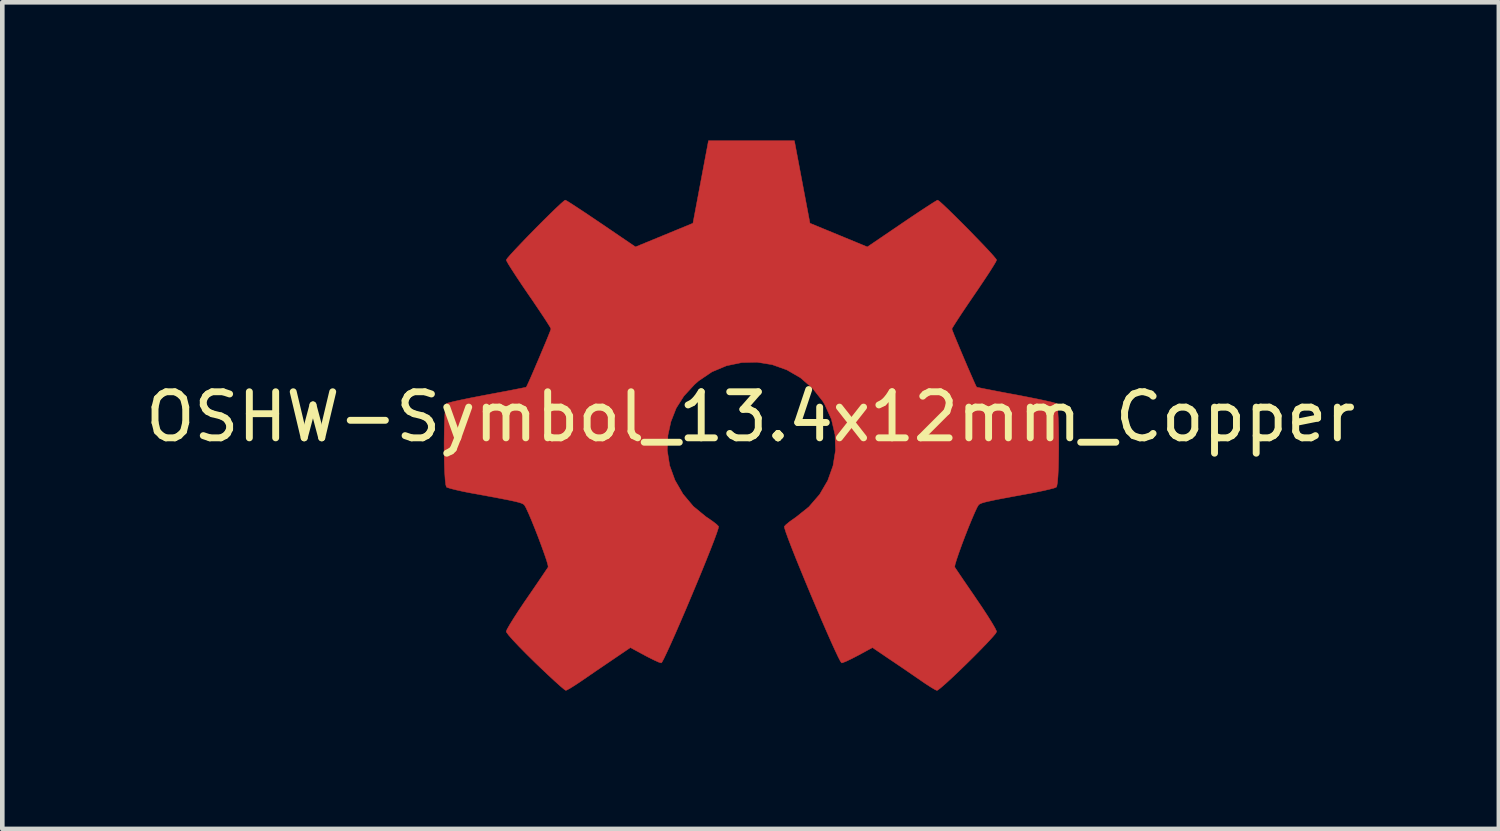
<source format=kicad_pcb>
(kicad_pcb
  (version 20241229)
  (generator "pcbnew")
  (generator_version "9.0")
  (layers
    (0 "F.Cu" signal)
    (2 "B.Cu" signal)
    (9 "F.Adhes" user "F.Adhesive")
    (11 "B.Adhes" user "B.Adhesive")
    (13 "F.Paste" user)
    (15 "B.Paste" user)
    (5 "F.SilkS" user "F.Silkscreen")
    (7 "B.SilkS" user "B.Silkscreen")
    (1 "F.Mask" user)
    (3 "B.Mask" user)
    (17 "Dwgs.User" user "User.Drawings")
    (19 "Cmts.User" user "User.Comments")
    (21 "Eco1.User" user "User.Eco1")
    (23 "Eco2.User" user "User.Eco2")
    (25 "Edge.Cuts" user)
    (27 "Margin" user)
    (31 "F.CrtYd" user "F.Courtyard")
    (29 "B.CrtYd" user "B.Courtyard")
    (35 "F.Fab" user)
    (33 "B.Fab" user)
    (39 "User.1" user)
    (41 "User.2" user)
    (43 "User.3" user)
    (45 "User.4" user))
  (footprint "OSHW-Symbol_13.4x12mm_Copper"
    (layer "F.Cu")
    (at 13.244 6)
    (property "Reference" "OSHW-Symbol_13.4x12mm_Copper" (at 0 0 0) (layer "F.SilkS") (effects (font (size 1 1) (thickness 0.15))))
    (attr exclude_from_pos_files exclude_from_bom)
    (fp_poly (pts (xy 1.12 -5.099) (xy 1.289 -4.204) (xy 1.912 -3.947) (xy 2.535 -3.69) (xy 3.282 -4.198) (xy 3.492 -4.34) (xy 3.681 -4.466) (xy 3.841 -4.571) (xy 3.964 -4.65) (xy 4.04 -4.696) (xy 4.06 -4.706) (xy 4.098 -4.681) (xy 4.177 -4.61) (xy 4.29 -4.503) (xy 4.428 -4.368) (xy 4.581 -4.216) (xy 4.741 -4.055) (xy 4.898 -3.893) (xy 5.045 -3.741) (xy 5.171 -3.607) (xy 5.268 -3.5) (xy 5.327 -3.429) (xy 5.341 -3.406) (xy 5.321 -3.362) (xy 5.264 -3.267) (xy 5.176 -3.128) (xy 5.063 -2.957) (xy 4.932 -2.762) (xy 4.856 -2.651) (xy 4.717 -2.447) (xy 4.594 -2.264) (xy 4.492 -2.109) (xy 4.418 -1.993) (xy 4.376 -1.924) (xy 4.37 -1.909) (xy 4.384 -1.868) (xy 4.422 -1.772) (xy 4.479 -1.634) (xy 4.548 -1.469) (xy 4.624 -1.289) (xy 4.701 -1.108) (xy 4.774 -0.94) (xy 4.836 -0.798) (xy 4.882 -0.696) (xy 4.906 -0.648) (xy 4.907 -0.646) (xy 4.945 -0.637) (xy 5.046 -0.616) (xy 5.2 -0.586) (xy 5.395 -0.548) (xy 5.622 -0.505) (xy 5.755 -0.481) (xy 5.998 -0.434) (xy 6.217 -0.39) (xy 6.402 -0.351) (xy 6.541 -0.319) (xy 6.623 -0.296) (xy 6.639 -0.289) (xy 6.656 -0.24) (xy 6.669 -0.129) (xy 6.679 0.03) (xy 6.686 0.226) (xy 6.689 0.444) (xy 6.69 0.672) (xy 6.687 0.897) (xy 6.682 1.106) (xy 6.673 1.286) (xy 6.662 1.424) (xy 6.647 1.507) (xy 6.638 1.525) (xy 6.586 1.546) (xy 6.474 1.575) (xy 6.318 1.61) (xy 6.133 1.648) (xy 6.069 1.66) (xy 5.757 1.717) (xy 5.511 1.763) (xy 5.322 1.799) (xy 5.183 1.829) (xy 5.084 1.852) (xy 5.018 1.872) (xy 4.978 1.89) (xy 4.953 1.907) (xy 4.95 1.911) (xy 4.916 1.967) (xy 4.865 2.077) (xy 4.801 2.226) (xy 4.729 2.401) (xy 4.655 2.59) (xy 4.584 2.778) (xy 4.521 2.953) (xy 4.471 3.1) (xy 4.439 3.207) (xy 4.431 3.259) (xy 4.432 3.261) (xy 4.46 3.304) (xy 4.524 3.399) (xy 4.616 3.535) (xy 4.732 3.704) (xy 4.862 3.894) (xy 4.899 3.949) (xy 5.032 4.145) (xy 5.149 4.324) (xy 5.243 4.475) (xy 5.309 4.589) (xy 5.34 4.655) (xy 5.341 4.663) (xy 5.316 4.706) (xy 5.244 4.79) (xy 5.136 4.907) (xy 5.001 5.047) (xy 4.848 5.202) (xy 4.685 5.363) (xy 4.524 5.519) (xy 4.371 5.664) (xy 4.238 5.786) (xy 4.132 5.878) (xy 4.064 5.931) (xy 4.045 5.939) (xy 4 5.919) (xy 3.91 5.865) (xy 3.788 5.786) (xy 3.695 5.722) (xy 3.525 5.605) (xy 3.324 5.467) (xy 3.122 5.33) (xy 3.013 5.257) (xy 2.646 5.008) (xy 2.338 5.175) (xy 2.197 5.248) (xy 2.078 5.305) (xy 1.997 5.337) (xy 1.977 5.341) (xy 1.952 5.308) (xy 1.903 5.214) (xy 1.834 5.068) (xy 1.748 4.879) (xy 1.649 4.655) (xy 1.54 4.405) (xy 1.426 4.137) (xy 1.309 3.861) (xy 1.194 3.585) (xy 1.084 3.317) (xy 0.982 3.067) (xy 0.893 2.842) (xy 0.82 2.652) (xy 0.767 2.506) (xy 0.737 2.411) (xy 0.732 2.379) (xy 0.77 2.338) (xy 0.854 2.27) (xy 0.966 2.191) (xy 0.976 2.185) (xy 1.266 1.953) (xy 1.5 1.682) (xy 1.675 1.382) (xy 1.79 1.06) (xy 1.844 0.725) (xy 1.833 0.386) (xy 1.755 0.052) (xy 1.61 -0.269) (xy 1.567 -0.34) (xy 1.344 -0.623) (xy 1.08 -0.851) (xy 0.786 -1.021) (xy 0.469 -1.134) (xy 0.139 -1.187) (xy -0.195 -1.179) (xy -0.523 -1.11) (xy -0.838 -0.978) (xy -1.129 -0.781) (xy -1.219 -0.701) (xy -1.448 -0.452) (xy -1.615 -0.189) (xy -1.73 0.105) (xy -1.794 0.397) (xy -1.809 0.725) (xy -1.757 1.055) (xy -1.641 1.375) (xy -1.468 1.674) (xy -1.243 1.942) (xy -0.971 2.166) (xy -0.935 2.19) (xy -0.822 2.268) (xy -0.736 2.335) (xy -0.694 2.378) (xy -0.694 2.379) (xy -0.703 2.425) (xy -0.738 2.531) (xy -0.795 2.686) (xy -0.872 2.884) (xy -0.964 3.114) (xy -1.067 3.368) (xy -1.179 3.638) (xy -1.295 3.915) (xy -1.411 4.19) (xy -1.525 4.455) (xy -1.632 4.701) (xy -1.729 4.919) (xy -1.812 5.1) (xy -1.877 5.237) (xy -1.921 5.32) (xy -1.939 5.341) (xy -1.994 5.325) (xy -2.096 5.279) (xy -2.228 5.213) (xy -2.3 5.175) (xy -2.609 5.008) (xy -2.976 5.257) (xy -3.163 5.384) (xy -3.369 5.524) (xy -3.561 5.656) (xy -3.657 5.722) (xy -3.793 5.813) (xy -3.907 5.885) (xy -3.986 5.929) (xy -4.012 5.938) (xy -4.049 5.913) (xy -4.132 5.843) (xy -4.252 5.735) (xy -4.401 5.597) (xy -4.572 5.435) (xy -4.68 5.331) (xy -4.868 5.146) (xy -5.031 4.98) (xy -5.162 4.841) (xy -5.254 4.736) (xy -5.301 4.671) (xy -5.305 4.658) (xy -5.284 4.608) (xy -5.227 4.508) (xy -5.139 4.366) (xy -5.028 4.194) (xy -4.899 4.002) (xy -4.862 3.949) (xy -4.728 3.754) (xy -4.608 3.578) (xy -4.509 3.432) (xy -4.437 3.325) (xy -4.398 3.267) (xy -4.394 3.261) (xy -4.4 3.215) (xy -4.429 3.113) (xy -4.478 2.97) (xy -4.54 2.798) (xy -4.61 2.61) (xy -4.684 2.421) (xy -4.756 2.243) (xy -4.821 2.091) (xy -4.874 1.976) (xy -4.91 1.914) (xy -4.913 1.911) (xy -4.935 1.893) (xy -4.972 1.875) (xy -5.032 1.856) (xy -5.124 1.833) (xy -5.255 1.805) (xy -5.434 1.77) (xy -5.668 1.726) (xy -5.967 1.671) (xy -6.031 1.66) (xy -6.223 1.623) (xy -6.39 1.586) (xy -6.517 1.554) (xy -6.591 1.53) (xy -6.601 1.525) (xy -6.617 1.475) (xy -6.63 1.364) (xy -6.641 1.204) (xy -6.648 1.008) (xy -6.652 0.79) (xy -6.653 0.562) (xy -6.65 0.337) (xy -6.645 0.128) (xy -6.637 -0.052) (xy -6.625 -0.189) (xy -6.611 -0.272) (xy -6.602 -0.289) (xy -6.553 -0.306) (xy -6.442 -0.334) (xy -6.279 -0.37) (xy -6.076 -0.412) (xy -5.844 -0.457) (xy -5.718 -0.481) (xy -5.478 -0.526) (xy -5.264 -0.566) (xy -5.086 -0.601) (xy -4.955 -0.627) (xy -4.882 -0.642) (xy -4.87 -0.646) (xy -4.85 -0.685) (xy -4.806 -0.78) (xy -4.746 -0.917) (xy -4.675 -1.082) (xy -4.598 -1.262) (xy -4.522 -1.443) (xy -4.451 -1.611) (xy -4.392 -1.755) (xy -4.351 -1.858) (xy -4.333 -1.909) (xy -4.333 -1.911) (xy -4.353 -1.951) (xy -4.41 -2.043) (xy -4.498 -2.178) (xy -4.611 -2.347) (xy -4.742 -2.541) (xy -4.819 -2.652) (xy -4.958 -2.856) (xy -5.081 -3.041) (xy -5.183 -3.198) (xy -5.258 -3.317) (xy -5.298 -3.39) (xy -5.304 -3.406) (xy -5.279 -3.444) (xy -5.209 -3.525) (xy -5.103 -3.64) (xy -4.971 -3.779) (xy -4.821 -3.935) (xy -4.662 -4.097) (xy -4.503 -4.257) (xy -4.353 -4.405) (xy -4.221 -4.533) (xy -4.115 -4.632) (xy -4.046 -4.692) (xy -4.022 -4.706) (xy -3.984 -4.686) (xy -3.894 -4.63) (xy -3.759 -4.542) (xy -3.589 -4.43) (xy -3.393 -4.298) (xy -3.245 -4.198) (xy -2.498 -3.69) (xy -1.874 -3.947) (xy -1.251 -4.204) (xy -0.914 -5.995) (xy 0.951 -5.995) (xy 1.12 -5.099)) (stroke (width 0.01) (type solid)) (fill yes) (layer "F.Cu")))
  (gr_rect
    (start -3 -3)
    (end 29.488 14.944)
    (stroke (width 0.1) (type default))
    (fill no)
    (layer "Edge.Cuts")))
</source>
